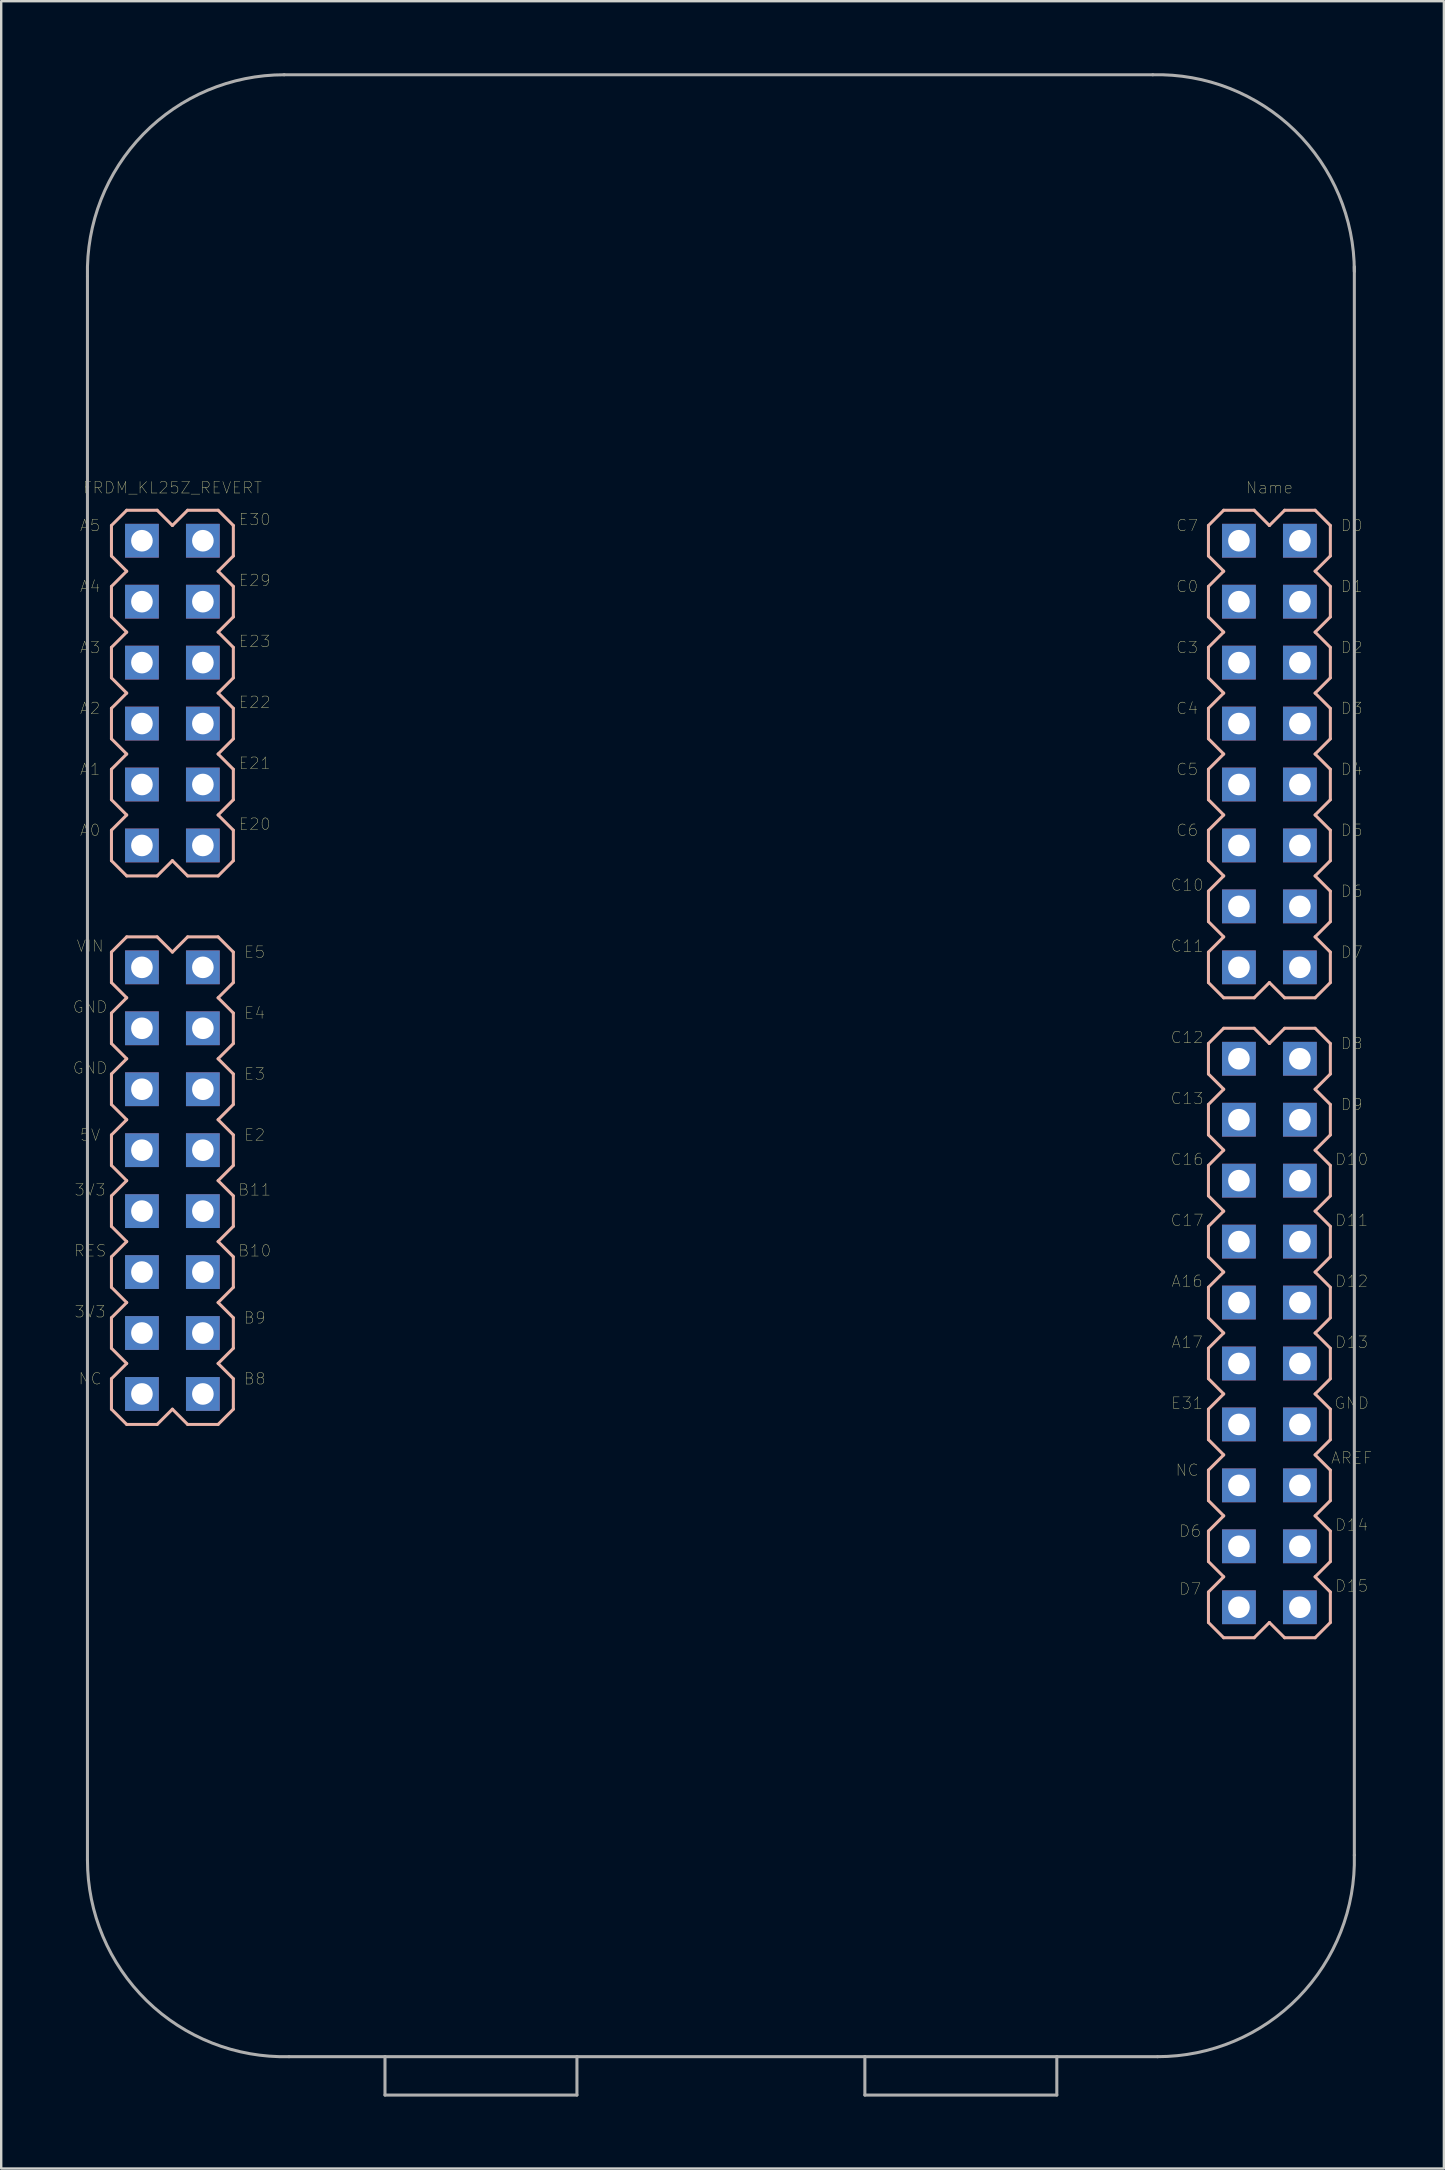
<source format=kicad_pcb>
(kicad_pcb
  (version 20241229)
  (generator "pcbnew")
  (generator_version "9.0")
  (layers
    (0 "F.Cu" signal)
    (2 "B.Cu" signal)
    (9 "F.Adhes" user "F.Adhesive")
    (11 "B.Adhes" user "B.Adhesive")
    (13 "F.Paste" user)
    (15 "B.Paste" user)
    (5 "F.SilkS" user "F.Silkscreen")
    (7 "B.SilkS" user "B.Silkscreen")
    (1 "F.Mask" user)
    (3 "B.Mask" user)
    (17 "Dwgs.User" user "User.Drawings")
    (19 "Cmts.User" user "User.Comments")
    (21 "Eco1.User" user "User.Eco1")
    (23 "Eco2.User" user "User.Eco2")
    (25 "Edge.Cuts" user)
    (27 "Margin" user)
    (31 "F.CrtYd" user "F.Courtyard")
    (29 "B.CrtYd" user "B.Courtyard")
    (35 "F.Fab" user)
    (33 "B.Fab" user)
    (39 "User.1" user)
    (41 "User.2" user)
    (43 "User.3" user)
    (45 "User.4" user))
  (footprint "FRDM_KL25Z_REVERT"
    (layer "F.Cu")
    (at 26.995 37.266)
    (property "Reference" "FRDM_KL25Z_REVERT" (at -22.86 -19.99 0) (layer "F.SilkS") (effects (font (size 0.48 0.48) (thickness 0.015))))
    (attr through_hole)
    (fp_line (start -25.4 -18.415) (end -25.4 -17.145) (stroke (width 0.127) (type solid)) (layer "B.SilkS"))
    (fp_line (start -25.4 -17.145) (end -24.765 -16.51) (stroke (width 0.127) (type solid)) (layer "B.SilkS"))
    (fp_line (start -25.4 -15.875) (end -25.4 -14.605) (stroke (width 0.127) (type solid)) (layer "B.SilkS"))
    (fp_line (start -25.4 -14.605) (end -24.765 -13.97) (stroke (width 0.127) (type solid)) (layer "B.SilkS"))
    (fp_line (start -25.4 -13.335) (end -25.4 -12.065) (stroke (width 0.127) (type solid)) (layer "B.SilkS"))
    (fp_line (start -25.4 -12.065) (end -24.765 -11.43) (stroke (width 0.127) (type solid)) (layer "B.SilkS"))
    (fp_line (start -25.4 -10.795) (end -25.4 -9.525) (stroke (width 0.127) (type solid)) (layer "B.SilkS"))
    (fp_line (start -25.4 -9.525) (end -24.765 -8.89) (stroke (width 0.127) (type solid)) (layer "B.SilkS"))
    (fp_line (start -25.4 -8.255) (end -25.4 -6.985) (stroke (width 0.127) (type solid)) (layer "B.SilkS"))
    (fp_line (start -25.4 -6.985) (end -24.765 -6.35) (stroke (width 0.127) (type solid)) (layer "B.SilkS"))
    (fp_line (start -25.4 -5.715) (end -25.4 -4.445) (stroke (width 0.127) (type solid)) (layer "B.SilkS"))
    (fp_line (start -25.4 -4.445) (end -24.765 -3.81) (stroke (width 0.127) (type solid)) (layer "B.SilkS"))
    (fp_line (start -25.4 -0.635) (end -24.765 -1.27) (stroke (width 0.127) (type solid)) (layer "B.SilkS"))
    (fp_line (start -25.4 0.635) (end -25.4 -0.635) (stroke (width 0.127) (type solid)) (layer "B.SilkS"))
    (fp_line (start -25.4 1.905) (end -24.765 1.27) (stroke (width 0.127) (type solid)) (layer "B.SilkS"))
    (fp_line (start -25.4 3.175) (end -25.4 1.905) (stroke (width 0.127) (type solid)) (layer "B.SilkS"))
    (fp_line (start -25.4 4.445) (end -24.765 3.81) (stroke (width 0.127) (type solid)) (layer "B.SilkS"))
    (fp_line (start -25.4 5.715) (end -25.4 4.445) (stroke (width 0.127) (type solid)) (layer "B.SilkS"))
    (fp_line (start -25.4 6.985) (end -24.765 6.35) (stroke (width 0.127) (type solid)) (layer "B.SilkS"))
    (fp_line (start -25.4 8.255) (end -25.4 6.985) (stroke (width 0.127) (type solid)) (layer "B.SilkS"))
    (fp_line (start -25.4 9.525) (end -24.765 8.89) (stroke (width 0.127) (type solid)) (layer "B.SilkS"))
    (fp_line (start -25.4 10.795) (end -25.4 9.525) (stroke (width 0.127) (type solid)) (layer "B.SilkS"))
    (fp_line (start -25.4 12.065) (end -25.4 13.335) (stroke (width 0.127) (type solid)) (layer "B.SilkS"))
    (fp_line (start -25.4 12.065) (end -24.765 11.43) (stroke (width 0.127) (type solid)) (layer "B.SilkS"))
    (fp_line (start -25.4 14.605) (end -24.765 13.97) (stroke (width 0.127) (type solid)) (layer "B.SilkS"))
    (fp_line (start -25.4 15.875) (end -25.4 14.605) (stroke (width 0.127) (type solid)) (layer "B.SilkS"))
    (fp_line (start -25.4 17.145) (end -24.765 16.51) (stroke (width 0.127) (type solid)) (layer "B.SilkS"))
    (fp_line (start -25.4 18.415) (end -25.4 17.145) (stroke (width 0.127) (type solid)) (layer "B.SilkS"))
    (fp_line (start -24.765 -19.05) (end -25.4 -18.415) (stroke (width 0.127) (type solid)) (layer "B.SilkS"))
    (fp_line (start -24.765 -19.05) (end -23.495 -19.05) (stroke (width 0.127) (type solid)) (layer "B.SilkS"))
    (fp_line (start -24.765 -16.51) (end -25.4 -15.875) (stroke (width 0.127) (type solid)) (layer "B.SilkS"))
    (fp_line (start -24.765 -13.97) (end -25.4 -13.335) (stroke (width 0.127) (type solid)) (layer "B.SilkS"))
    (fp_line (start -24.765 -11.43) (end -25.4 -10.795) (stroke (width 0.127) (type solid)) (layer "B.SilkS"))
    (fp_line (start -24.765 -8.89) (end -25.4 -8.255) (stroke (width 0.127) (type solid)) (layer "B.SilkS"))
    (fp_line (start -24.765 -6.35) (end -25.4 -5.715) (stroke (width 0.127) (type solid)) (layer "B.SilkS"))
    (fp_line (start -24.765 -3.81) (end -23.495 -3.81) (stroke (width 0.127) (type solid)) (layer "B.SilkS"))
    (fp_line (start -24.765 1.27) (end -25.4 0.635) (stroke (width 0.127) (type solid)) (layer "B.SilkS"))
    (fp_line (start -24.765 3.81) (end -25.4 3.175) (stroke (width 0.127) (type solid)) (layer "B.SilkS"))
    (fp_line (start -24.765 6.35) (end -25.4 5.715) (stroke (width 0.127) (type solid)) (layer "B.SilkS"))
    (fp_line (start -24.765 8.89) (end -25.4 8.255) (stroke (width 0.127) (type solid)) (layer "B.SilkS"))
    (fp_line (start -24.765 11.43) (end -25.4 10.795) (stroke (width 0.127) (type solid)) (layer "B.SilkS"))
    (fp_line (start -24.765 13.97) (end -25.4 13.335) (stroke (width 0.127) (type solid)) (layer "B.SilkS"))
    (fp_line (start -24.765 16.51) (end -25.4 15.875) (stroke (width 0.127) (type solid)) (layer "B.SilkS"))
    (fp_line (start -24.765 19.05) (end -25.4 18.415) (stroke (width 0.127) (type solid)) (layer "B.SilkS"))
    (fp_line (start -23.495 -19.05) (end -22.86 -18.415) (stroke (width 0.127) (type solid)) (layer "B.SilkS"))
    (fp_line (start -23.495 -1.27) (end -24.765 -1.27) (stroke (width 0.127) (type solid)) (layer "B.SilkS"))
    (fp_line (start -23.495 -1.27) (end -22.86 -0.635) (stroke (width 0.127) (type solid)) (layer "B.SilkS"))
    (fp_line (start -23.495 19.05) (end -24.765 19.05) (stroke (width 0.127) (type solid)) (layer "B.SilkS"))
    (fp_line (start -22.86 -18.415) (end -22.225 -19.05) (stroke (width 0.127) (type solid)) (layer "B.SilkS"))
    (fp_line (start -22.86 -4.445) (end -23.495 -3.81) (stroke (width 0.127) (type solid)) (layer "B.SilkS"))
    (fp_line (start -22.86 -0.635) (end -22.225 -1.27) (stroke (width 0.127) (type solid)) (layer "B.SilkS"))
    (fp_line (start -22.86 18.415) (end -23.495 19.05) (stroke (width 0.127) (type solid)) (layer "B.SilkS"))
    (fp_line (start -22.225 -19.05) (end -20.955 -19.05) (stroke (width 0.127) (type solid)) (layer "B.SilkS"))
    (fp_line (start -22.225 -3.81) (end -22.86 -4.445) (stroke (width 0.127) (type solid)) (layer "B.SilkS"))
    (fp_line (start -22.225 19.05) (end -22.86 18.415) (stroke (width 0.127) (type solid)) (layer "B.SilkS"))
    (fp_line (start -20.955 -19.05) (end -20.32 -18.415) (stroke (width 0.127) (type solid)) (layer "B.SilkS"))
    (fp_line (start -20.955 -16.51) (end -20.32 -15.875) (stroke (width 0.127) (type solid)) (layer "B.SilkS"))
    (fp_line (start -20.955 -13.97) (end -20.32 -13.335) (stroke (width 0.127) (type solid)) (layer "B.SilkS"))
    (fp_line (start -20.955 -11.43) (end -20.32 -10.795) (stroke (width 0.127) (type solid)) (layer "B.SilkS"))
    (fp_line (start -20.955 -8.89) (end -20.32 -8.255) (stroke (width 0.127) (type solid)) (layer "B.SilkS"))
    (fp_line (start -20.955 -6.35) (end -20.32 -5.715) (stroke (width 0.127) (type solid)) (layer "B.SilkS"))
    (fp_line (start -20.955 -3.81) (end -22.225 -3.81) (stroke (width 0.127) (type solid)) (layer "B.SilkS"))
    (fp_line (start -20.955 -1.27) (end -22.225 -1.27) (stroke (width 0.127) (type solid)) (layer "B.SilkS"))
    (fp_line (start -20.955 -1.27) (end -20.32 -0.635) (stroke (width 0.127) (type solid)) (layer "B.SilkS"))
    (fp_line (start -20.955 1.27) (end -20.32 1.905) (stroke (width 0.127) (type solid)) (layer "B.SilkS"))
    (fp_line (start -20.955 3.81) (end -20.32 4.445) (stroke (width 0.127) (type solid)) (layer "B.SilkS"))
    (fp_line (start -20.955 6.35) (end -20.32 6.985) (stroke (width 0.127) (type solid)) (layer "B.SilkS"))
    (fp_line (start -20.955 8.89) (end -20.32 9.525) (stroke (width 0.127) (type solid)) (layer "B.SilkS"))
    (fp_line (start -20.955 11.43) (end -20.32 12.065) (stroke (width 0.127) (type solid)) (layer "B.SilkS"))
    (fp_line (start -20.955 13.97) (end -20.32 14.605) (stroke (width 0.127) (type solid)) (layer "B.SilkS"))
    (fp_line (start -20.955 16.51) (end -20.32 17.145) (stroke (width 0.127) (type solid)) (layer "B.SilkS"))
    (fp_line (start -20.955 19.05) (end -22.225 19.05) (stroke (width 0.127) (type solid)) (layer "B.SilkS"))
    (fp_line (start -20.32 -18.415) (end -20.32 -17.145) (stroke (width 0.127) (type solid)) (layer "B.SilkS"))
    (fp_line (start -20.32 -17.145) (end -20.955 -16.51) (stroke (width 0.127) (type solid)) (layer "B.SilkS"))
    (fp_line (start -20.32 -15.875) (end -20.32 -14.605) (stroke (width 0.127) (type solid)) (layer "B.SilkS"))
    (fp_line (start -20.32 -14.605) (end -20.955 -13.97) (stroke (width 0.127) (type solid)) (layer "B.SilkS"))
    (fp_line (start -20.32 -13.335) (end -20.32 -12.065) (stroke (width 0.127) (type solid)) (layer "B.SilkS"))
    (fp_line (start -20.32 -12.065) (end -20.955 -11.43) (stroke (width 0.127) (type solid)) (layer "B.SilkS"))
    (fp_line (start -20.32 -10.795) (end -20.32 -9.525) (stroke (width 0.127) (type solid)) (layer "B.SilkS"))
    (fp_line (start -20.32 -9.525) (end -20.955 -8.89) (stroke (width 0.127) (type solid)) (layer "B.SilkS"))
    (fp_line (start -20.32 -8.255) (end -20.32 -6.985) (stroke (width 0.127) (type solid)) (layer "B.SilkS"))
    (fp_line (start -20.32 -6.985) (end -20.955 -6.35) (stroke (width 0.127) (type solid)) (layer "B.SilkS"))
    (fp_line (start -20.32 -5.715) (end -20.32 -4.445) (stroke (width 0.127) (type solid)) (layer "B.SilkS"))
    (fp_line (start -20.32 -4.445) (end -20.955 -3.81) (stroke (width 0.127) (type solid)) (layer "B.SilkS"))
    (fp_line (start -20.32 -0.635) (end -20.32 0.635) (stroke (width 0.127) (type solid)) (layer "B.SilkS"))
    (fp_line (start -20.32 0.635) (end -20.955 1.27) (stroke (width 0.127) (type solid)) (layer "B.SilkS"))
    (fp_line (start -20.32 1.905) (end -20.32 3.175) (stroke (width 0.127) (type solid)) (layer "B.SilkS"))
    (fp_line (start -20.32 3.175) (end -20.955 3.81) (stroke (width 0.127) (type solid)) (layer "B.SilkS"))
    (fp_line (start -20.32 4.445) (end -20.32 5.715) (stroke (width 0.127) (type solid)) (layer "B.SilkS"))
    (fp_line (start -20.32 5.715) (end -20.955 6.35) (stroke (width 0.127) (type solid)) (layer "B.SilkS"))
    (fp_line (start -20.32 6.985) (end -20.32 8.255) (stroke (width 0.127) (type solid)) (layer "B.SilkS"))
    (fp_line (start -20.32 8.255) (end -20.955 8.89) (stroke (width 0.127) (type solid)) (layer "B.SilkS"))
    (fp_line (start -20.32 9.525) (end -20.32 10.795) (stroke (width 0.127) (type solid)) (layer "B.SilkS"))
    (fp_line (start -20.32 10.795) (end -20.955 11.43) (stroke (width 0.127) (type solid)) (layer "B.SilkS"))
    (fp_line (start -20.32 12.065) (end -20.32 13.335) (stroke (width 0.127) (type solid)) (layer "B.SilkS"))
    (fp_line (start -20.32 13.335) (end -20.955 13.97) (stroke (width 0.127) (type solid)) (layer "B.SilkS"))
    (fp_line (start -20.32 14.605) (end -20.32 15.875) (stroke (width 0.127) (type solid)) (layer "B.SilkS"))
    (fp_line (start -20.32 15.875) (end -20.955 16.51) (stroke (width 0.127) (type solid)) (layer "B.SilkS"))
    (fp_line (start -20.32 18.415) (end -20.955 19.05) (stroke (width 0.127) (type solid)) (layer "B.SilkS"))
    (fp_line (start -20.32 18.415) (end -20.32 17.145) (stroke (width 0.127) (type solid)) (layer "B.SilkS"))
    (fp_line (start 20.32 -18.415) (end 20.955 -19.05) (stroke (width 0.127) (type solid)) (layer "B.SilkS"))
    (fp_line (start 20.32 -17.145) (end 20.32 -18.415) (stroke (width 0.127) (type solid)) (layer "B.SilkS"))
    (fp_line (start 20.32 -15.875) (end 20.955 -16.51) (stroke (width 0.127) (type solid)) (layer "B.SilkS"))
    (fp_line (start 20.32 -14.605) (end 20.32 -15.875) (stroke (width 0.127) (type solid)) (layer "B.SilkS"))
    (fp_line (start 20.32 -13.335) (end 20.955 -13.97) (stroke (width 0.127) (type solid)) (layer "B.SilkS"))
    (fp_line (start 20.32 -12.065) (end 20.32 -13.335) (stroke (width 0.127) (type solid)) (layer "B.SilkS"))
    (fp_line (start 20.32 -10.795) (end 20.955 -11.43) (stroke (width 0.127) (type solid)) (layer "B.SilkS"))
    (fp_line (start 20.32 -9.525) (end 20.32 -10.795) (stroke (width 0.127) (type solid)) (layer "B.SilkS"))
    (fp_line (start 20.32 -8.255) (end 20.955 -8.89) (stroke (width 0.127) (type solid)) (layer "B.SilkS"))
    (fp_line (start 20.32 -6.985) (end 20.32 -8.255) (stroke (width 0.127) (type solid)) (layer "B.SilkS"))
    (fp_line (start 20.32 -5.715) (end 20.955 -6.35) (stroke (width 0.127) (type solid)) (layer "B.SilkS"))
    (fp_line (start 20.32 -4.445) (end 20.32 -5.715) (stroke (width 0.127) (type solid)) (layer "B.SilkS"))
    (fp_line (start 20.32 -3.175) (end 20.955 -3.81) (stroke (width 0.127) (type solid)) (layer "B.SilkS"))
    (fp_line (start 20.32 -1.905) (end 20.32 -3.175) (stroke (width 0.127) (type solid)) (layer "B.SilkS"))
    (fp_line (start 20.32 -0.635) (end 20.955 -1.27) (stroke (width 0.127) (type solid)) (layer "B.SilkS"))
    (fp_line (start 20.32 0.635) (end 20.32 -0.635) (stroke (width 0.127) (type solid)) (layer "B.SilkS"))
    (fp_line (start 20.32 3.175) (end 20.955 2.54) (stroke (width 0.127) (type solid)) (layer "B.SilkS"))
    (fp_line (start 20.32 4.445) (end 20.32 3.175) (stroke (width 0.127) (type solid)) (layer "B.SilkS"))
    (fp_line (start 20.32 5.715) (end 20.955 5.08) (stroke (width 0.127) (type solid)) (layer "B.SilkS"))
    (fp_line (start 20.32 6.985) (end 20.32 5.715) (stroke (width 0.127) (type solid)) (layer "B.SilkS"))
    (fp_line (start 20.32 8.255) (end 20.955 7.62) (stroke (width 0.127) (type solid)) (layer "B.SilkS"))
    (fp_line (start 20.32 9.525) (end 20.32 8.255) (stroke (width 0.127) (type solid)) (layer "B.SilkS"))
    (fp_line (start 20.32 10.795) (end 20.955 10.16) (stroke (width 0.127) (type solid)) (layer "B.SilkS"))
    (fp_line (start 20.32 12.065) (end 20.32 10.795) (stroke (width 0.127) (type solid)) (layer "B.SilkS"))
    (fp_line (start 20.32 13.335) (end 20.955 12.7) (stroke (width 0.127) (type solid)) (layer "B.SilkS"))
    (fp_line (start 20.32 14.605) (end 20.32 13.335) (stroke (width 0.127) (type solid)) (layer "B.SilkS"))
    (fp_line (start 20.32 15.875) (end 20.955 15.24) (stroke (width 0.127) (type solid)) (layer "B.SilkS"))
    (fp_line (start 20.32 17.145) (end 20.32 15.875) (stroke (width 0.127) (type solid)) (layer "B.SilkS"))
    (fp_line (start 20.32 18.415) (end 20.955 17.78) (stroke (width 0.127) (type solid)) (layer "B.SilkS"))
    (fp_line (start 20.32 19.685) (end 20.32 18.415) (stroke (width 0.127) (type solid)) (layer "B.SilkS"))
    (fp_line (start 20.32 20.955) (end 20.955 20.32) (stroke (width 0.127) (type solid)) (layer "B.SilkS"))
    (fp_line (start 20.32 22.225) (end 20.32 20.955) (stroke (width 0.127) (type solid)) (layer "B.SilkS"))
    (fp_line (start 20.32 23.495) (end 20.955 22.86) (stroke (width 0.127) (type solid)) (layer "B.SilkS"))
    (fp_line (start 20.32 24.765) (end 20.32 23.495) (stroke (width 0.127) (type solid)) (layer "B.SilkS"))
    (fp_line (start 20.32 26.035) (end 20.955 25.4) (stroke (width 0.127) (type solid)) (layer "B.SilkS"))
    (fp_line (start 20.32 27.305) (end 20.32 26.035) (stroke (width 0.127) (type solid)) (layer "B.SilkS"))
    (fp_line (start 20.955 -19.05) (end 22.225 -19.05) (stroke (width 0.127) (type solid)) (layer "B.SilkS"))
    (fp_line (start 20.955 -16.51) (end 20.32 -17.145) (stroke (width 0.127) (type solid)) (layer "B.SilkS"))
    (fp_line (start 20.955 -13.97) (end 20.32 -14.605) (stroke (width 0.127) (type solid)) (layer "B.SilkS"))
    (fp_line (start 20.955 -11.43) (end 20.32 -12.065) (stroke (width 0.127) (type solid)) (layer "B.SilkS"))
    (fp_line (start 20.955 -8.89) (end 20.32 -9.525) (stroke (width 0.127) (type solid)) (layer "B.SilkS"))
    (fp_line (start 20.955 -6.35) (end 20.32 -6.985) (stroke (width 0.127) (type solid)) (layer "B.SilkS"))
    (fp_line (start 20.955 -3.81) (end 20.32 -4.445) (stroke (width 0.127) (type solid)) (layer "B.SilkS"))
    (fp_line (start 20.955 -1.27) (end 20.32 -1.905) (stroke (width 0.127) (type solid)) (layer "B.SilkS"))
    (fp_line (start 20.955 1.27) (end 20.32 0.635) (stroke (width 0.127) (type solid)) (layer "B.SilkS"))
    (fp_line (start 20.955 5.08) (end 20.32 4.445) (stroke (width 0.127) (type solid)) (layer "B.SilkS"))
    (fp_line (start 20.955 7.62) (end 20.32 6.985) (stroke (width 0.127) (type solid)) (layer "B.SilkS"))
    (fp_line (start 20.955 10.16) (end 20.32 9.525) (stroke (width 0.127) (type solid)) (layer "B.SilkS"))
    (fp_line (start 20.955 12.7) (end 20.32 12.065) (stroke (width 0.127) (type solid)) (layer "B.SilkS"))
    (fp_line (start 20.955 15.24) (end 20.32 14.605) (stroke (width 0.127) (type solid)) (layer "B.SilkS"))
    (fp_line (start 20.955 17.78) (end 20.32 17.145) (stroke (width 0.127) (type solid)) (layer "B.SilkS"))
    (fp_line (start 20.955 20.32) (end 20.32 19.685) (stroke (width 0.127) (type solid)) (layer "B.SilkS"))
    (fp_line (start 20.955 22.86) (end 20.32 22.225) (stroke (width 0.127) (type solid)) (layer "B.SilkS"))
    (fp_line (start 20.955 25.4) (end 20.32 24.765) (stroke (width 0.127) (type solid)) (layer "B.SilkS"))
    (fp_line (start 20.955 27.94) (end 20.32 27.305) (stroke (width 0.127) (type solid)) (layer "B.SilkS"))
    (fp_line (start 22.225 -19.05) (end 22.86 -18.415) (stroke (width 0.127) (type solid)) (layer "B.SilkS"))
    (fp_line (start 22.225 1.27) (end 20.955 1.27) (stroke (width 0.127) (type solid)) (layer "B.SilkS"))
    (fp_line (start 22.225 2.54) (end 20.955 2.54) (stroke (width 0.127) (type solid)) (layer "B.SilkS"))
    (fp_line (start 22.225 2.54) (end 22.86 3.175) (stroke (width 0.127) (type solid)) (layer "B.SilkS"))
    (fp_line (start 22.225 27.94) (end 20.955 27.94) (stroke (width 0.127) (type solid)) (layer "B.SilkS"))
    (fp_line (start 22.86 -18.415) (end 23.495 -19.05) (stroke (width 0.127) (type solid)) (layer "B.SilkS"))
    (fp_line (start 22.86 0.635) (end 22.225 1.27) (stroke (width 0.127) (type solid)) (layer "B.SilkS"))
    (fp_line (start 22.86 3.175) (end 23.495 2.54) (stroke (width 0.127) (type solid)) (layer "B.SilkS"))
    (fp_line (start 22.86 27.305) (end 22.225 27.94) (stroke (width 0.127) (type solid)) (layer "B.SilkS"))
    (fp_line (start 23.495 -19.05) (end 24.765 -19.05) (stroke (width 0.127) (type solid)) (layer "B.SilkS"))
    (fp_line (start 23.495 1.27) (end 22.86 0.635) (stroke (width 0.127) (type solid)) (layer "B.SilkS"))
    (fp_line (start 23.495 27.94) (end 22.86 27.305) (stroke (width 0.127) (type solid)) (layer "B.SilkS"))
    (fp_line (start 24.765 -19.05) (end 25.4 -18.415) (stroke (width 0.127) (type solid)) (layer "B.SilkS"))
    (fp_line (start 24.765 -16.51) (end 25.4 -15.875) (stroke (width 0.127) (type solid)) (layer "B.SilkS"))
    (fp_line (start 24.765 -13.97) (end 25.4 -13.335) (stroke (width 0.127) (type solid)) (layer "B.SilkS"))
    (fp_line (start 24.765 -11.43) (end 25.4 -10.795) (stroke (width 0.127) (type solid)) (layer "B.SilkS"))
    (fp_line (start 24.765 -8.89) (end 25.4 -8.255) (stroke (width 0.127) (type solid)) (layer "B.SilkS"))
    (fp_line (start 24.765 -6.35) (end 25.4 -5.715) (stroke (width 0.127) (type solid)) (layer "B.SilkS"))
    (fp_line (start 24.765 -3.81) (end 25.4 -3.175) (stroke (width 0.127) (type solid)) (layer "B.SilkS"))
    (fp_line (start 24.765 -1.27) (end 25.4 -0.635) (stroke (width 0.127) (type solid)) (layer "B.SilkS"))
    (fp_line (start 24.765 1.27) (end 23.495 1.27) (stroke (width 0.127) (type solid)) (layer "B.SilkS"))
    (fp_line (start 24.765 2.54) (end 23.495 2.54) (stroke (width 0.127) (type solid)) (layer "B.SilkS"))
    (fp_line (start 24.765 2.54) (end 25.4 3.175) (stroke (width 0.127) (type solid)) (layer "B.SilkS"))
    (fp_line (start 24.765 5.08) (end 25.4 5.715) (stroke (width 0.127) (type solid)) (layer "B.SilkS"))
    (fp_line (start 24.765 7.62) (end 25.4 8.255) (stroke (width 0.127) (type solid)) (layer "B.SilkS"))
    (fp_line (start 24.765 10.16) (end 25.4 10.795) (stroke (width 0.127) (type solid)) (layer "B.SilkS"))
    (fp_line (start 24.765 12.7) (end 25.4 13.335) (stroke (width 0.127) (type solid)) (layer "B.SilkS"))
    (fp_line (start 24.765 15.24) (end 25.4 15.875) (stroke (width 0.127) (type solid)) (layer "B.SilkS"))
    (fp_line (start 24.765 17.78) (end 25.4 18.415) (stroke (width 0.127) (type solid)) (layer "B.SilkS"))
    (fp_line (start 24.765 20.32) (end 25.4 20.955) (stroke (width 0.127) (type solid)) (layer "B.SilkS"))
    (fp_line (start 24.765 22.86) (end 25.4 23.495) (stroke (width 0.127) (type solid)) (layer "B.SilkS"))
    (fp_line (start 24.765 25.4) (end 25.4 26.035) (stroke (width 0.127) (type solid)) (layer "B.SilkS"))
    (fp_line (start 24.765 27.94) (end 23.495 27.94) (stroke (width 0.127) (type solid)) (layer "B.SilkS"))
    (fp_line (start 25.4 -18.415) (end 25.4 -17.145) (stroke (width 0.127) (type solid)) (layer "B.SilkS"))
    (fp_line (start 25.4 -17.145) (end 24.765 -16.51) (stroke (width 0.127) (type solid)) (layer "B.SilkS"))
    (fp_line (start 25.4 -15.875) (end 25.4 -14.605) (stroke (width 0.127) (type solid)) (layer "B.SilkS"))
    (fp_line (start 25.4 -14.605) (end 24.765 -13.97) (stroke (width 0.127) (type solid)) (layer "B.SilkS"))
    (fp_line (start 25.4 -13.335) (end 25.4 -12.065) (stroke (width 0.127) (type solid)) (layer "B.SilkS"))
    (fp_line (start 25.4 -12.065) (end 24.765 -11.43) (stroke (width 0.127) (type solid)) (layer "B.SilkS"))
    (fp_line (start 25.4 -10.795) (end 25.4 -9.525) (stroke (width 0.127) (type solid)) (layer "B.SilkS"))
    (fp_line (start 25.4 -9.525) (end 24.765 -8.89) (stroke (width 0.127) (type solid)) (layer "B.SilkS"))
    (fp_line (start 25.4 -8.255) (end 25.4 -6.985) (stroke (width 0.127) (type solid)) (layer "B.SilkS"))
    (fp_line (start 25.4 -6.985) (end 24.765 -6.35) (stroke (width 0.127) (type solid)) (layer "B.SilkS"))
    (fp_line (start 25.4 -5.715) (end 25.4 -4.445) (stroke (width 0.127) (type solid)) (layer "B.SilkS"))
    (fp_line (start 25.4 -4.445) (end 24.765 -3.81) (stroke (width 0.127) (type solid)) (layer "B.SilkS"))
    (fp_line (start 25.4 -3.175) (end 25.4 -1.905) (stroke (width 0.127) (type solid)) (layer "B.SilkS"))
    (fp_line (start 25.4 -1.905) (end 24.765 -1.27) (stroke (width 0.127) (type solid)) (layer "B.SilkS"))
    (fp_line (start 25.4 -0.635) (end 25.4 0.635) (stroke (width 0.127) (type solid)) (layer "B.SilkS"))
    (fp_line (start 25.4 0.635) (end 24.765 1.27) (stroke (width 0.127) (type solid)) (layer "B.SilkS"))
    (fp_line (start 25.4 3.175) (end 25.4 4.445) (stroke (width 0.127) (type solid)) (layer "B.SilkS"))
    (fp_line (start 25.4 4.445) (end 24.765 5.08) (stroke (width 0.127) (type solid)) (layer "B.SilkS"))
    (fp_line (start 25.4 5.715) (end 25.4 6.985) (stroke (width 0.127) (type solid)) (layer "B.SilkS"))
    (fp_line (start 25.4 6.985) (end 24.765 7.62) (stroke (width 0.127) (type solid)) (layer "B.SilkS"))
    (fp_line (start 25.4 8.255) (end 25.4 9.525) (stroke (width 0.127) (type solid)) (layer "B.SilkS"))
    (fp_line (start 25.4 9.525) (end 24.765 10.16) (stroke (width 0.127) (type solid)) (layer "B.SilkS"))
    (fp_line (start 25.4 10.795) (end 25.4 12.065) (stroke (width 0.127) (type solid)) (layer "B.SilkS"))
    (fp_line (start 25.4 12.065) (end 24.765 12.7) (stroke (width 0.127) (type solid)) (layer "B.SilkS"))
    (fp_line (start 25.4 13.335) (end 25.4 14.605) (stroke (width 0.127) (type solid)) (layer "B.SilkS"))
    (fp_line (start 25.4 14.605) (end 24.765 15.24) (stroke (width 0.127) (type solid)) (layer "B.SilkS"))
    (fp_line (start 25.4 15.875) (end 25.4 17.145) (stroke (width 0.127) (type solid)) (layer "B.SilkS"))
    (fp_line (start 25.4 17.145) (end 24.765 17.78) (stroke (width 0.127) (type solid)) (layer "B.SilkS"))
    (fp_line (start 25.4 18.415) (end 25.4 19.685) (stroke (width 0.127) (type solid)) (layer "B.SilkS"))
    (fp_line (start 25.4 19.685) (end 24.765 20.32) (stroke (width 0.127) (type solid)) (layer "B.SilkS"))
    (fp_line (start 25.4 20.955) (end 25.4 22.225) (stroke (width 0.127) (type solid)) (layer "B.SilkS"))
    (fp_line (start 25.4 22.225) (end 24.765 22.86) (stroke (width 0.127) (type solid)) (layer "B.SilkS"))
    (fp_line (start 25.4 23.495) (end 25.4 24.765) (stroke (width 0.127) (type solid)) (layer "B.SilkS"))
    (fp_line (start 25.4 24.765) (end 24.765 25.4) (stroke (width 0.127) (type solid)) (layer "B.SilkS"))
    (fp_line (start 25.4 27.305) (end 24.765 27.94) (stroke (width 0.127) (type solid)) (layer "B.SilkS"))
    (fp_line (start 25.4 27.305) (end 25.4 26.035) (stroke (width 0.127) (type solid)) (layer "B.SilkS"))
    (fp_line (start -26.4 -28.8) (end -26.4 37.2) (stroke (width 0.127) (type solid)) (layer "F.Fab"))
    (fp_line (start -14 45.4) (end -18 45.4) (stroke (width 0.127) (type solid)) (layer "F.Fab"))
    (fp_line (start -14 45.4) (end -14 47) (stroke (width 0.127) (type solid)) (layer "F.Fab"))
    (fp_line (start -14 47) (end -6 47) (stroke (width 0.127) (type solid)) (layer "F.Fab"))
    (fp_line (start -6 45.4) (end -14 45.4) (stroke (width 0.127) (type solid)) (layer "F.Fab"))
    (fp_line (start -6 47) (end -6 45.4) (stroke (width 0.127) (type solid)) (layer "F.Fab"))
    (fp_line (start 6 45.4) (end -6 45.4) (stroke (width 0.127) (type solid)) (layer "F.Fab"))
    (fp_line (start 6 47) (end 6 45.4) (stroke (width 0.127) (type solid)) (layer "F.Fab"))
    (fp_line (start 14 45.4) (end 6 45.4) (stroke (width 0.127) (type solid)) (layer "F.Fab"))
    (fp_line (start 14 45.4) (end 14 47) (stroke (width 0.127) (type solid)) (layer "F.Fab"))
    (fp_line (start 14 47) (end 6 47) (stroke (width 0.127) (type solid)) (layer "F.Fab"))
    (fp_line (start 18 -37.2) (end -18.2 -37.2) (stroke (width 0.127) (type solid)) (layer "F.Fab"))
    (fp_line (start 18.2 45.4) (end 14 45.4) (stroke (width 0.127) (type solid)) (layer "F.Fab"))
    (fp_line (start 26.4 -29.2) (end 26.4 37) (stroke (width 0.127) (type solid)) (layer "F.Fab"))
    (fp_arc (start -26.4 -28.8) (mid -24.069771 -34.727634) (end -18.2 -37.2) (stroke (width 0.127) (type solid)) (layer "F.Fab"))
    (fp_arc (start -18 45.4) (mid -23.927634 43.069771) (end -26.4 37.2) (stroke (width 0.127) (type solid)) (layer "F.Fab"))
    (fp_arc (start 18 -37.2) (mid 23.927634 -34.869771) (end 26.4 -29) (stroke (width 0.127) (type solid)) (layer "F.Fab"))
    (fp_arc (start 26.4 37) (mid 24.069771 42.927634) (end 18.2 45.4) (stroke (width 0.127) (type solid)) (layer "F.Fab"))
    (fp_text user "C4" (at 19.431 -10.795 0) (layer "F.SilkS") (effects (font (size 0.48 0.48) (thickness 0.015))))
    (fp_text user "B8" (at -19.431 17.145 0) (layer "F.SilkS") (effects (font (size 0.48 0.48) (thickness 0.015))))
    (fp_text user "D14" (at 26.289 23.241 0) (layer "F.SilkS") (effects (font (size 0.48 0.48) (thickness 0.015))))
    (fp_text user "D6" (at 26.289 -3.175 0) (layer "F.SilkS") (effects (font (size 0.48 0.48) (thickness 0.015))))
    (fp_text user "A3" (at -26.289 -13.335 0) (layer "F.SilkS") (effects (font (size 0.48 0.48) (thickness 0.015))))
    (fp_text user "D0" (at 26.289 -18.415 0) (layer "F.SilkS") (effects (font (size 0.48 0.48) (thickness 0.015))))
    (fp_text user "D4" (at 26.289 -8.255 0) (layer "F.SilkS") (effects (font (size 0.48 0.48) (thickness 0.015))))
    (fp_text user "C17" (at 19.431 10.541 0) (layer "F.SilkS") (effects (font (size 0.48 0.48) (thickness 0.015))))
    (fp_text user "C7" (at 19.431 -18.415 0) (layer "F.SilkS") (effects (font (size 0.48 0.48) (thickness 0.015))))
    (fp_text user "D13" (at 26.289 15.621 0) (layer "F.SilkS") (effects (font (size 0.48 0.48) (thickness 0.015))))
    (fp_text user "D8" (at 26.289 3.175 0) (layer "F.SilkS") (effects (font (size 0.48 0.48) (thickness 0.015))))
    (fp_text user "5V" (at -26.289 6.985 0) (layer "F.SilkS") (effects (font (size 0.48 0.48) (thickness 0.015))))
    (fp_text user "E3" (at -19.431 4.445 0) (layer "F.SilkS") (effects (font (size 0.48 0.48) (thickness 0.015))))
    (fp_text user "E4" (at -19.431 1.905 0) (layer "F.SilkS") (effects (font (size 0.48 0.48) (thickness 0.015))))
    (fp_text user "A17" (at 19.431 15.621 0) (layer "F.SilkS") (effects (font (size 0.48 0.48) (thickness 0.015))))
    (fp_text user "B9" (at -19.431 14.605 0) (layer "F.SilkS") (effects (font (size 0.48 0.48) (thickness 0.015))))
    (fp_text user "A16" (at 19.431 13.081 0) (layer "F.SilkS") (effects (font (size 0.48 0.48) (thickness 0.015))))
    (fp_text user "NC" (at -26.289 17.145 0) (layer "F.SilkS") (effects (font (size 0.48 0.48) (thickness 0.015))))
    (fp_text user "C16" (at 19.431 8.001 0) (layer "F.SilkS") (effects (font (size 0.48 0.48) (thickness 0.015))))
    (fp_text user "GND" (at -26.289 4.191 0) (layer "F.SilkS") (effects (font (size 0.48 0.48) (thickness 0.015))))
    (fp_text user "D1" (at 26.289 -15.875 0) (layer "F.SilkS") (effects (font (size 0.48 0.48) (thickness 0.015))))
    (fp_text user "C0" (at 19.431 -15.875 0) (layer "F.SilkS") (effects (font (size 0.48 0.48) (thickness 0.015))))
    (fp_text user "D12" (at 26.289 13.081 0) (layer "F.SilkS") (effects (font (size 0.48 0.48) (thickness 0.015))))
    (fp_text user "AREF" (at 26.289 20.447 0) (layer "F.SilkS") (effects (font (size 0.48 0.48) (thickness 0.015))))
    (fp_text user "C3" (at 19.431 -13.335 0) (layer "F.SilkS") (effects (font (size 0.48 0.48) (thickness 0.015))))
    (fp_text user "B11" (at -19.431 9.271 0) (layer "F.SilkS") (effects (font (size 0.48 0.48) (thickness 0.015))))
    (fp_text user "3V3" (at -26.289 9.271 0) (layer "F.SilkS") (effects (font (size 0.48 0.48) (thickness 0.015))))
    (fp_text user "D6" (at 19.558 23.495 0) (layer "F.SilkS") (effects (font (size 0.48 0.48) (thickness 0.015))))
    (fp_text user "D15" (at 26.289 25.781 0) (layer "F.SilkS") (effects (font (size 0.48 0.48) (thickness 0.015))))
    (fp_text user "E30" (at -19.431 -18.669 0) (layer "F.SilkS") (effects (font (size 0.48 0.48) (thickness 0.015))))
    (fp_text user "E22" (at -19.431 -11.049 0) (layer "F.SilkS") (effects (font (size 0.48 0.48) (thickness 0.015))))
    (fp_text user "C13" (at 19.431 5.461 0) (layer "F.SilkS") (effects (font (size 0.48 0.48) (thickness 0.015))))
    (fp_text user "D9" (at 26.289 5.715 0) (layer "F.SilkS") (effects (font (size 0.48 0.48) (thickness 0.015))))
    (fp_text user "D5" (at 26.289 -5.715 0) (layer "F.SilkS") (effects (font (size 0.48 0.48) (thickness 0.015))))
    (fp_text user "D7" (at 19.558 25.908 0) (layer "F.SilkS") (effects (font (size 0.48 0.48) (thickness 0.015))))
    (fp_text user "A2" (at -26.289 -10.795 0) (layer "F.SilkS") (effects (font (size 0.48 0.48) (thickness 0.015))))
    (fp_text user "A4" (at -26.289 -15.875 0) (layer "F.SilkS") (effects (font (size 0.48 0.48) (thickness 0.015))))
    (fp_text user "E21" (at -19.431 -8.509 0) (layer "F.SilkS") (effects (font (size 0.48 0.48) (thickness 0.015))))
    (fp_text user "C12" (at 19.431 2.921 0) (layer "F.SilkS") (effects (font (size 0.48 0.48) (thickness 0.015))))
    (fp_text user "D11" (at 26.289 10.541 0) (layer "F.SilkS") (effects (font (size 0.48 0.48) (thickness 0.015))))
    (fp_text user "A0" (at -26.289 -5.715 0) (layer "F.SilkS") (effects (font (size 0.48 0.48) (thickness 0.015))))
    (fp_text user "A1" (at -26.289 -8.255 0) (layer "F.SilkS") (effects (font (size 0.48 0.48) (thickness 0.015))))
    (fp_text user "Name" (at 22.86 -19.99 0) (layer "F.SilkS") (effects (font (size 0.48 0.48) (thickness 0.015))))
    (fp_text user "RES" (at -26.289 11.811 0) (layer "F.SilkS") (effects (font (size 0.48 0.48) (thickness 0.015))))
    (fp_text user "GND" (at 26.289 18.161 0) (layer "F.SilkS") (effects (font (size 0.48 0.48) (thickness 0.015))))
    (fp_text user "D2" (at 26.289 -13.335 0) (layer "F.SilkS") (effects (font (size 0.48 0.48) (thickness 0.015))))
    (fp_text user "A5" (at -26.289 -18.415 0) (layer "F.SilkS") (effects (font (size 0.48 0.48) (thickness 0.015))))
    (fp_text user "E29" (at -19.431 -16.129 0) (layer "F.SilkS") (effects (font (size 0.48 0.48) (thickness 0.015))))
    (fp_text user "C5" (at 19.431 -8.255 0) (layer "F.SilkS") (effects (font (size 0.48 0.48) (thickness 0.015))))
    (fp_text user "E5" (at -19.431 -0.635 0) (layer "F.SilkS") (effects (font (size 0.48 0.48) (thickness 0.015))))
    (fp_text user "NC" (at 19.431 20.955 0) (layer "F.SilkS") (effects (font (size 0.48 0.48) (thickness 0.015))))
    (fp_text user "C11" (at 19.431 -0.889 0) (layer "F.SilkS") (effects (font (size 0.48 0.48) (thickness 0.015))))
    (fp_text user "D10" (at 26.289 8.001 0) (layer "F.SilkS") (effects (font (size 0.48 0.48) (thickness 0.015))))
    (fp_text user "E23" (at -19.431 -13.589 0) (layer "F.SilkS") (effects (font (size 0.48 0.48) (thickness 0.015))))
    (fp_text user "C6" (at 19.431 -5.715 0) (layer "F.SilkS") (effects (font (size 0.48 0.48) (thickness 0.015))))
    (fp_text user "E20" (at -19.431 -5.969 0) (layer "F.SilkS") (effects (font (size 0.48 0.48) (thickness 0.015))))
    (fp_text user "VIN" (at -26.289 -0.889 0) (layer "F.SilkS") (effects (font (size 0.48 0.48) (thickness 0.015))))
    (fp_text user "3V3" (at -26.289 14.351 0) (layer "F.SilkS") (effects (font (size 0.48 0.48) (thickness 0.015))))
    (fp_text user "D3" (at 26.289 -10.795 0) (layer "F.SilkS") (effects (font (size 0.48 0.48) (thickness 0.015))))
    (fp_text user "C10" (at 19.431 -3.429 0) (layer "F.SilkS") (effects (font (size 0.48 0.48) (thickness 0.015))))
    (fp_text user "D7" (at 26.289 -0.635 0) (layer "F.SilkS") (effects (font (size 0.48 0.48) (thickness 0.015))))
    (fp_text user "GND" (at -26.289 1.651 0) (layer "F.SilkS") (effects (font (size 0.48 0.48) (thickness 0.015))))
    (fp_text user "E2" (at -19.431 6.985 0) (layer "F.SilkS") (effects (font (size 0.48 0.48) (thickness 0.015))))
    (fp_text user "B10" (at -19.431 11.811 0) (layer "F.SilkS") (effects (font (size 0.48 0.48) (thickness 0.015))))
    (fp_text user "E31" (at 19.431 18.161 0) (layer "F.SilkS") (effects (font (size 0.48 0.48) (thickness 0.015))))
    (pad "3V3" thru_hole rect (at -24.13 15.24) (size 1.408 1.408) (drill 0.9) (layers "*.Cu" "*.Mask"))
    (pad "5V" thru_hole rect (at -24.13 7.62) (size 1.408 1.408) (drill 0.9) (layers "*.Cu" "*.Mask"))
    (pad "A0" thru_hole rect (at -24.13 -5.08) (size 1.408 1.408) (drill 0.9) (layers "*.Cu" "*.Mask"))
    (pad "A1" thru_hole rect (at -24.13 -7.62) (size 1.408 1.408) (drill 0.9) (layers "*.Cu" "*.Mask"))
    (pad "A2" thru_hole rect (at -24.13 -10.16) (size 1.408 1.408) (drill 0.9) (layers "*.Cu" "*.Mask"))
    (pad "A3" thru_hole rect (at -24.13 -12.7) (size 1.408 1.408) (drill 0.9) (layers "*.Cu" "*.Mask"))
    (pad "A4" thru_hole rect (at -24.13 -15.24) (size 1.408 1.408) (drill 0.9) (layers "*.Cu" "*.Mask"))
    (pad "A5" thru_hole rect (at -24.13 -17.78) (size 1.408 1.408) (drill 0.9) (layers "*.Cu" "*.Mask"))
    (pad "AREF" thru_hole rect (at 24.13 21.59) (size 1.408 1.408) (drill 0.9) (layers "*.Cu" "*.Mask"))
    (pad "D0" thru_hole rect (at 24.13 -17.78) (size 1.408 1.408) (drill 0.9) (layers "*.Cu" "*.Mask"))
    (pad "D1" thru_hole rect (at 24.13 -15.24) (size 1.408 1.408) (drill 0.9) (layers "*.Cu" "*.Mask"))
    (pad "D2" thru_hole rect (at 24.13 -12.7) (size 1.408 1.408) (drill 0.9) (layers "*.Cu" "*.Mask"))
    (pad "D3" thru_hole rect (at 24.13 -10.16) (size 1.408 1.408) (drill 0.9) (layers "*.Cu" "*.Mask"))
    (pad "D4" thru_hole rect (at 24.13 -7.62) (size 1.408 1.408) (drill 0.9) (layers "*.Cu" "*.Mask"))
    (pad "D5" thru_hole rect (at 24.13 -5.08) (size 1.408 1.408) (drill 0.9) (layers "*.Cu" "*.Mask"))
    (pad "D6" thru_hole rect (at 24.13 -2.54) (size 1.408 1.408) (drill 0.9) (layers "*.Cu" "*.Mask"))
    (pad "D7" thru_hole rect (at 24.13 0) (size 1.408 1.408) (drill 0.9) (layers "*.Cu" "*.Mask"))
    (pad "D8" thru_hole rect (at 24.13 3.81) (size 1.408 1.408) (drill 0.9) (layers "*.Cu" "*.Mask"))
    (pad "D9" thru_hole rect (at 24.13 6.35) (size 1.408 1.408) (drill 0.9) (layers "*.Cu" "*.Mask"))
    (pad "D10" thru_hole rect (at 24.13 8.89) (size 1.408 1.408) (drill 0.9) (layers "*.Cu" "*.Mask"))
    (pad "D11" thru_hole rect (at 24.13 11.43) (size 1.408 1.408) (drill 0.9) (layers "*.Cu" "*.Mask"))
    (pad "D12" thru_hole rect (at 24.13 13.97) (size 1.408 1.408) (drill 0.9) (layers "*.Cu" "*.Mask"))
    (pad "D13" thru_hole rect (at 24.13 16.51) (size 1.408 1.408) (drill 0.9) (layers "*.Cu" "*.Mask"))
    (pad "D14" thru_hole rect (at 24.13 24.13) (size 1.408 1.408) (drill 0.9) (layers "*.Cu" "*.Mask"))
    (pad "D15" thru_hole rect (at 24.13 26.67) (size 1.408 1.408) (drill 0.9) (layers "*.Cu" "*.Mask"))
    (pad "GND0" thru_hole rect (at -24.13 2.54) (size 1.408 1.408) (drill 0.9) (layers "*.Cu" "*.Mask"))
    (pad "GND1" thru_hole rect (at -24.13 5.08) (size 1.408 1.408) (drill 0.9) (layers "*.Cu" "*.Mask"))
    (pad "GND2" thru_hole rect (at 24.13 19.05) (size 1.408 1.408) (drill 0.9) (layers "*.Cu" "*.Mask"))
    (pad "NC1" thru_hole rect (at -24.13 17.78) (size 1.408 1.408) (drill 0.9) (layers "*.Cu" "*.Mask"))
    (pad "NC2" thru_hole rect (at 21.59 21.59) (size 1.408 1.408) (drill 0.9) (layers "*.Cu" "*.Mask"))
    (pad "P3V3" thru_hole rect (at -24.13 10.16) (size 1.408 1.408) (drill 0.9) (layers "*.Cu" "*.Mask"))
    (pad "PTA16" thru_hole rect (at 21.59 13.97) (size 1.408 1.408) (drill 0.9) (layers "*.Cu" "*.Mask"))
    (pad "PTA17" thru_hole rect (at 21.59 16.51) (size 1.408 1.408) (drill 0.9) (layers "*.Cu" "*.Mask"))
    (pad "PTB8" thru_hole rect (at -21.59 17.78) (size 1.408 1.408) (drill 0.9) (layers "*.Cu" "*.Mask"))
    (pad "PTB9" thru_hole rect (at -21.59 15.24) (size 1.408 1.408) (drill 0.9) (layers "*.Cu" "*.Mask"))
    (pad "PTB10" thru_hole rect (at -21.59 12.7) (size 1.408 1.408) (drill 0.9) (layers "*.Cu" "*.Mask"))
    (pad "PTB11" thru_hole rect (at -21.59 10.16) (size 1.408 1.408) (drill 0.9) (layers "*.Cu" "*.Mask"))
    (pad "PTC0" thru_hole rect (at 21.59 -15.24) (size 1.408 1.408) (drill 0.9) (layers "*.Cu" "*.Mask"))
    (pad "PTC3" thru_hole rect (at 21.59 -12.7) (size 1.408 1.408) (drill 0.9) (layers "*.Cu" "*.Mask"))
    (pad "PTC4" thru_hole rect (at 21.59 -10.16) (size 1.408 1.408) (drill 0.9) (layers "*.Cu" "*.Mask"))
    (pad "PTC5" thru_hole rect (at 21.59 -7.62) (size 1.408 1.408) (drill 0.9) (layers "*.Cu" "*.Mask"))
    (pad "PTC6" thru_hole rect (at 21.59 -5.08) (size 1.408 1.408) (drill 0.9) (layers "*.Cu" "*.Mask"))
    (pad "PTC7" thru_hole rect (at 21.59 -17.78) (size 1.408 1.408) (drill 0.9) (layers "*.Cu" "*.Mask"))
    (pad "PTC10" thru_hole rect (at 21.59 -2.54) (size 1.408 1.408) (drill 0.9) (layers "*.Cu" "*.Mask"))
    (pad "PTC11" thru_hole rect (at 21.59 0) (size 1.408 1.408) (drill 0.9) (layers "*.Cu" "*.Mask"))
    (pad "PTC12" thru_hole rect (at 21.59 3.81) (size 1.408 1.408) (drill 0.9) (layers "*.Cu" "*.Mask"))
    (pad "PTC13" thru_hole rect (at 21.59 6.35) (size 1.408 1.408) (drill 0.9) (layers "*.Cu" "*.Mask"))
    (pad "PTC16" thru_hole rect (at 21.59 8.89) (size 1.408 1.408) (drill 0.9) (layers "*.Cu" "*.Mask"))
    (pad "PTC17" thru_hole rect (at 21.59 11.43) (size 1.408 1.408) (drill 0.9) (layers "*.Cu" "*.Mask"))
    (pad "PTD6" thru_hole rect (at 21.59 24.13) (size 1.408 1.408) (drill 0.9) (layers "*.Cu" "*.Mask"))
    (pad "PTD7" thru_hole rect (at 21.59 26.67) (size 1.408 1.408) (drill 0.9) (layers "*.Cu" "*.Mask"))
    (pad "PTE2" thru_hole rect (at -21.59 7.62) (size 1.408 1.408) (drill 0.9) (layers "*.Cu" "*.Mask"))
    (pad "PTE3" thru_hole rect (at -21.59 5.08) (size 1.408 1.408) (drill 0.9) (layers "*.Cu" "*.Mask"))
    (pad "PTE4" thru_hole rect (at -21.59 2.54) (size 1.408 1.408) (drill 0.9) (layers "*.Cu" "*.Mask"))
    (pad "PTE5" thru_hole rect (at -21.59 0) (size 1.408 1.408) (drill 0.9) (layers "*.Cu" "*.Mask"))
    (pad "PTE20" thru_hole rect (at -21.59 -5.08) (size 1.408 1.408) (drill 0.9) (layers "*.Cu" "*.Mask"))
    (pad "PTE21" thru_hole rect (at -21.59 -7.62) (size 1.408 1.408) (drill 0.9) (layers "*.Cu" "*.Mask"))
    (pad "PTE22" thru_hole rect (at -21.59 -10.16) (size 1.408 1.408) (drill 0.9) (layers "*.Cu" "*.Mask"))
    (pad "PTE23" thru_hole rect (at -21.59 -12.7) (size 1.408 1.408) (drill 0.9) (layers "*.Cu" "*.Mask"))
    (pad "PTE29" thru_hole rect (at -21.59 -15.24) (size 1.408 1.408) (drill 0.9) (layers "*.Cu" "*.Mask"))
    (pad "PTE30" thru_hole rect (at -21.59 -17.78) (size 1.408 1.408) (drill 0.9) (layers "*.Cu" "*.Mask"))
    (pad "PTE31" thru_hole rect (at 21.59 19.05) (size 1.408 1.408) (drill 0.9) (layers "*.Cu" "*.Mask"))
    (pad "RESET" thru_hole rect (at -24.13 12.7) (size 1.408 1.408) (drill 0.9) (layers "*.Cu" "*.Mask"))
    (pad "VIN" thru_hole rect (at -24.13 0) (size 1.408 1.408) (drill 0.9) (layers "*.Cu" "*.Mask")))
  (gr_rect
    (start -3 -3)
    (end 57.127 87.329)
    (stroke (width 0.1) (type default))
    (fill no)
    (layer "Edge.Cuts")))
</source>
